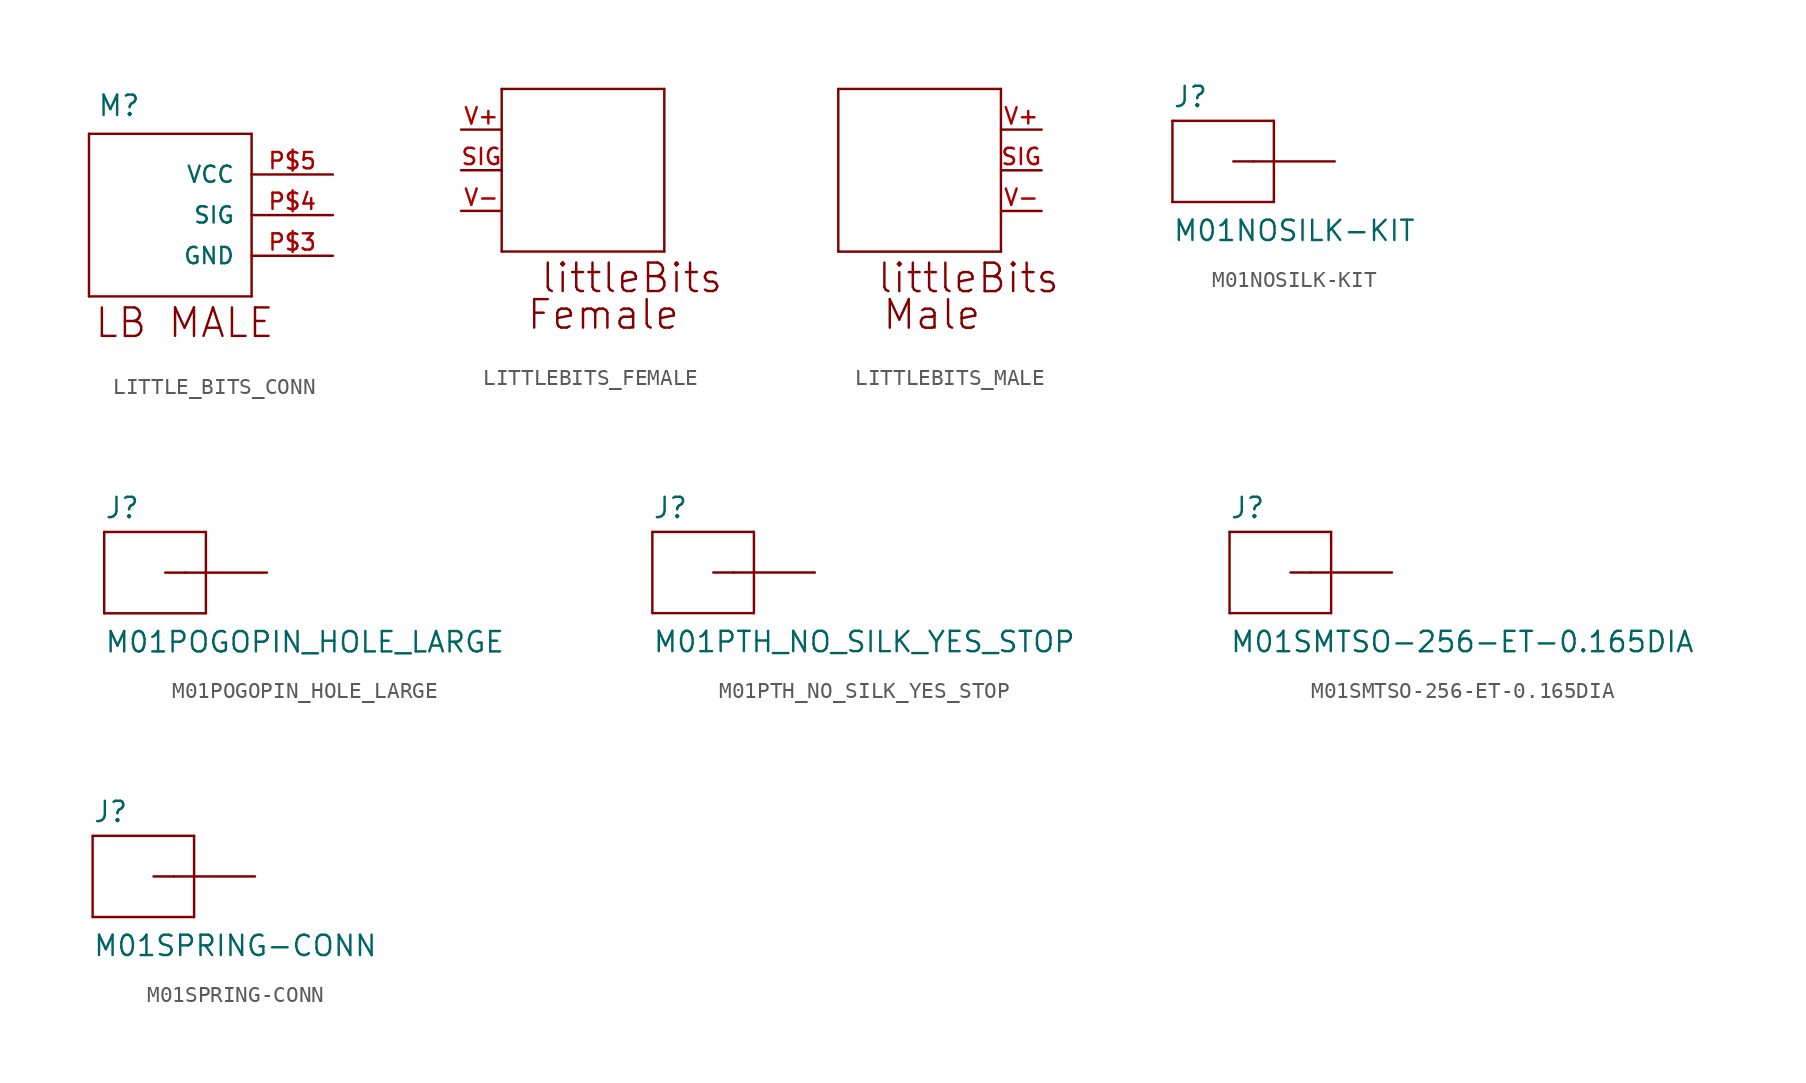
<source format=kicad_sym>
(kicad_symbol_lib
  (version 20211014)
  (generator kicad_symbol_editor)
  (symbol "LITTLE_BITS_CONN"
    (pin_names
      (offset 1.016))
    (property "Reference" "M"
      (at -2.032 6.096 0)
      (effects (font (size 1.27 1.27)) (justify left bottom)))
    (property "Datasheet" ""
      (at 0 0 0)
      (effects (font (size 1.524 1.524))))
    (property "ki_locked" ""
      (at 0 0 0)
      (effects (font (size 1.27 1.27))))
    (symbol "LITTLE_BITS_CONN_1_0"
      (polyline (pts (xy -2.54 -5.08) (xy 7.62 -5.08)) (stroke (width 0) (type default) (color 0 0 0 0)) (fill (type none)))
      (polyline (pts (xy -2.54 5.08) (xy -2.54 -5.08)) (stroke (width 0) (type default) (color 0 0 0 0)) (fill (type none)))
      (polyline (pts (xy 7.62 -5.08) (xy 7.62 5.08)) (stroke (width 0) (type default) (color 0 0 0 0)) (fill (type none)))
      (polyline (pts (xy 7.62 5.08) (xy -2.54 5.08)) (stroke (width 0) (type default) (color 0 0 0 0)) (fill (type none)))
      (text "LB MALE" (at 3.429 -6.731 0) (effects (font (size 1.778 1.778)))))
    (symbol "LITTLE_BITS_CONN_1_1"
      (pin bidirectional line (at 12.7 -2.54 180) (length 5.08) (name "GND" (effects (font (size 1.016 1.016)))) (number "P$3" (effects (font (size 1.016 1.016)))))
      (pin bidirectional line (at 12.7 0 180) (length 5.08) (name "SIG" (effects (font (size 1.016 1.016)))) (number "P$4" (effects (font (size 1.016 1.016)))))
      (pin bidirectional line (at 12.7 2.54 180) (length 5.08) (name "VCC" (effects (font (size 1.016 1.016)))) (number "P$5" (effects (font (size 1.016 1.016)))))))
  (symbol "LITTLEBITS_FEMALE"
    (pin_names
      (offset 1.016) hide)
    (property "Reference" "J"
      (at 0 0 0)
      (effects (font (size 1.27 1.27)) hide))
    (property "Datasheet" ""
      (at 0 0 0)
      (effects (font (size 1.524 1.524))))
    (property "ki_locked" ""
      (at 0 0 0)
      (effects (font (size 1.27 1.27))))
    (symbol "LITTLEBITS_FEMALE_1_0"
      (polyline (pts (xy -5.08 -5.08) (xy 5.08 -5.08)) (stroke (width 0) (type default) (color 0 0 0 0)) (fill (type none)))
      (polyline (pts (xy -5.08 5.08) (xy -5.08 -5.08)) (stroke (width 0) (type default) (color 0 0 0 0)) (fill (type none)))
      (polyline (pts (xy 5.08 -5.08) (xy 5.08 5.08)) (stroke (width 0) (type default) (color 0 0 0 0)) (fill (type none)))
      (polyline (pts (xy 5.08 5.08) (xy -5.08 5.08)) (stroke (width 0) (type default) (color 0 0 0 0)) (fill (type none)))
      (text "Female" (at 1.27 -9.017 0) (effects (font (size 1.778 1.778))))
      (text "littleBits" (at 3.048 -6.731 0) (effects (font (size 1.778 1.778)))))
    (symbol "LITTLEBITS_FEMALE_1_1"
      (pin bidirectional line (at -7.62 0 0) (length 2.54) (name "SIG" (effects (font (size 1.016 1.016)))) (number "SIG" (effects (font (size 1.016 1.016)))))
      (pin bidirectional line (at -7.62 2.54 0) (length 2.54) (name "VCC" (effects (font (size 1.016 1.016)))) (number "V+" (effects (font (size 1.016 1.016)))))
      (pin bidirectional line (at -7.62 -2.54 0) (length 2.54) (name "GND" (effects (font (size 1.016 1.016)))) (number "V-" (effects (font (size 1.016 1.016)))))))
  (symbol "LITTLEBITS_MALE"
    (pin_names
      (offset 1.016) hide)
    (property "Reference" "M"
      (at 0 0 0)
      (effects (font (size 1.27 1.27)) hide))
    (property "Datasheet" ""
      (at 0 0 0)
      (effects (font (size 1.524 1.524))))
    (property "ki_locked" ""
      (at 0 0 0)
      (effects (font (size 1.27 1.27))))
    (symbol "LITTLEBITS_MALE_1_0"
      (polyline (pts (xy -5.08 -5.08) (xy 5.08 -5.08)) (stroke (width 0) (type default) (color 0 0 0 0)) (fill (type none)))
      (polyline (pts (xy -5.08 5.08) (xy -5.08 -5.08)) (stroke (width 0) (type default) (color 0 0 0 0)) (fill (type none)))
      (polyline (pts (xy 5.08 -5.08) (xy 5.08 5.08)) (stroke (width 0) (type default) (color 0 0 0 0)) (fill (type none)))
      (polyline (pts (xy 5.08 5.08) (xy -5.08 5.08)) (stroke (width 0) (type default) (color 0 0 0 0)) (fill (type none)))
      (text "littleBits" (at 3.048 -6.731 0) (effects (font (size 1.778 1.778))))
      (text "Male" (at 0.762 -9.017 0) (effects (font (size 1.778 1.778)))))
    (symbol "LITTLEBITS_MALE_1_1"
      (pin bidirectional line (at 7.62 0 180) (length 2.54) (name "SIG" (effects (font (size 1.016 1.016)))) (number "SIG" (effects (font (size 1.016 1.016)))))
      (pin bidirectional line (at 7.62 2.54 180) (length 2.54) (name "VCC" (effects (font (size 1.016 1.016)))) (number "V+" (effects (font (size 1.016 1.016)))))
      (pin bidirectional line (at 7.62 -2.54 180) (length 2.54) (name "GND" (effects (font (size 1.016 1.016)))) (number "V-" (effects (font (size 1.016 1.016)))))))
  (symbol "M01NOSILK-KIT"
    (pin_numbers hide)
    (pin_names
      (offset 1.016) hide)
    (property "Reference" "J"
      (at -2.54 3.302 0)
      (effects (font (size 1.27 1.27)) (justify left bottom)))
    (property "Value" "M01NOSILK-KIT"
      (at -2.54 -5.08 0)
      (effects (font (size 1.27 1.27)) (justify left bottom)))
    (property "Datasheet" ""
      (at 0 0 0)
      (effects (font (size 1.524 1.524))))
    (property "ki_locked" ""
      (at 0 0 0)
      (effects (font (size 1.27 1.27))))
    (symbol "M01NOSILK-KIT_1_0"
      (polyline (pts (xy -2.54 2.54) (xy -2.54 -2.54)) (stroke (width 0) (type default) (color 0 0 0 0)) (fill (type none)))
      (polyline (pts (xy -2.54 2.54) (xy 3.81 2.54)) (stroke (width 0) (type default) (color 0 0 0 0)) (fill (type none)))
      (polyline (pts (xy 1.27 0) (xy 2.54 0)) (stroke (width 0) (type default) (color 0 0 0 0)) (fill (type none)))
      (polyline (pts (xy 3.81 -2.54) (xy -2.54 -2.54)) (stroke (width 0) (type default) (color 0 0 0 0)) (fill (type none)))
      (polyline (pts (xy 3.81 -2.54) (xy 3.81 2.54)) (stroke (width 0) (type default) (color 0 0 0 0)) (fill (type none))))
    (symbol "M01NOSILK-KIT_1_1"
      (pin passive line (at 7.62 0 180) (length 5.08) (name "1" (effects (font (size 1.016 1.016)))) (number "1" (effects (font (size 1.016 1.016)))))))
  (symbol "M01POGOPIN_HOLE_LARGE"
    (pin_numbers hide)
    (pin_names
      (offset 1.016) hide)
    (property "Reference" "J"
      (at -2.54 3.302 0)
      (effects (font (size 1.27 1.27)) (justify left bottom)))
    (property "Value" "M01POGOPIN_HOLE_LARGE"
      (at -2.54 -5.08 0)
      (effects (font (size 1.27 1.27)) (justify left bottom)))
    (property "Datasheet" ""
      (at 0 0 0)
      (effects (font (size 1.524 1.524))))
    (property "ki_locked" ""
      (at 0 0 0)
      (effects (font (size 1.27 1.27))))
    (symbol "M01POGOPIN_HOLE_LARGE_1_0"
      (polyline (pts (xy -2.54 2.54) (xy -2.54 -2.54)) (stroke (width 0) (type default) (color 0 0 0 0)) (fill (type none)))
      (polyline (pts (xy -2.54 2.54) (xy 3.81 2.54)) (stroke (width 0) (type default) (color 0 0 0 0)) (fill (type none)))
      (polyline (pts (xy 1.27 0) (xy 2.54 0)) (stroke (width 0) (type default) (color 0 0 0 0)) (fill (type none)))
      (polyline (pts (xy 3.81 -2.54) (xy -2.54 -2.54)) (stroke (width 0) (type default) (color 0 0 0 0)) (fill (type none)))
      (polyline (pts (xy 3.81 -2.54) (xy 3.81 2.54)) (stroke (width 0) (type default) (color 0 0 0 0)) (fill (type none))))
    (symbol "M01POGOPIN_HOLE_LARGE_1_1"
      (pin passive line (at 7.62 0 180) (length 5.08) (name "1" (effects (font (size 1.016 1.016)))) (number "1" (effects (font (size 1.016 1.016)))))))
  (symbol "M01PTH_NO_SILK_YES_STOP"
    (pin_numbers hide)
    (pin_names
      (offset 1.016) hide)
    (property "Reference" "J"
      (at -2.54 3.302 0)
      (effects (font (size 1.27 1.27)) (justify left bottom)))
    (property "Value" "M01PTH_NO_SILK_YES_STOP"
      (at -2.54 -5.08 0)
      (effects (font (size 1.27 1.27)) (justify left bottom)))
    (property "Datasheet" ""
      (at 0 0 0)
      (effects (font (size 1.524 1.524))))
    (property "ki_locked" ""
      (at 0 0 0)
      (effects (font (size 1.27 1.27))))
    (symbol "M01PTH_NO_SILK_YES_STOP_1_0"
      (polyline (pts (xy -2.54 2.54) (xy -2.54 -2.54)) (stroke (width 0) (type default) (color 0 0 0 0)) (fill (type none)))
      (polyline (pts (xy -2.54 2.54) (xy 3.81 2.54)) (stroke (width 0) (type default) (color 0 0 0 0)) (fill (type none)))
      (polyline (pts (xy 1.27 0) (xy 2.54 0)) (stroke (width 0) (type default) (color 0 0 0 0)) (fill (type none)))
      (polyline (pts (xy 3.81 -2.54) (xy -2.54 -2.54)) (stroke (width 0) (type default) (color 0 0 0 0)) (fill (type none)))
      (polyline (pts (xy 3.81 -2.54) (xy 3.81 2.54)) (stroke (width 0) (type default) (color 0 0 0 0)) (fill (type none))))
    (symbol "M01PTH_NO_SILK_YES_STOP_1_1"
      (pin passive line (at 7.62 0 180) (length 5.08) (name "1" (effects (font (size 1.016 1.016)))) (number "1" (effects (font (size 1.016 1.016)))))))
  (symbol "M01SMTSO-256-ET-0.165DIA"
    (pin_numbers hide)
    (pin_names
      (offset 1.016) hide)
    (property "Reference" "J"
      (at -2.54 3.302 0)
      (effects (font (size 1.27 1.27)) (justify left bottom)))
    (property "Value" "M01SMTSO-256-ET-0.165DIA"
      (at -2.54 -5.08 0)
      (effects (font (size 1.27 1.27)) (justify left bottom)))
    (property "Datasheet" ""
      (at 0 0 0)
      (effects (font (size 1.524 1.524))))
    (property "ki_locked" ""
      (at 0 0 0)
      (effects (font (size 1.27 1.27))))
    (symbol "M01SMTSO-256-ET-0.165DIA_1_0"
      (polyline (pts (xy -2.54 2.54) (xy -2.54 -2.54)) (stroke (width 0) (type default) (color 0 0 0 0)) (fill (type none)))
      (polyline (pts (xy -2.54 2.54) (xy 3.81 2.54)) (stroke (width 0) (type default) (color 0 0 0 0)) (fill (type none)))
      (polyline (pts (xy 1.27 0) (xy 2.54 0)) (stroke (width 0) (type default) (color 0 0 0 0)) (fill (type none)))
      (polyline (pts (xy 3.81 -2.54) (xy -2.54 -2.54)) (stroke (width 0) (type default) (color 0 0 0 0)) (fill (type none)))
      (polyline (pts (xy 3.81 -2.54) (xy 3.81 2.54)) (stroke (width 0) (type default) (color 0 0 0 0)) (fill (type none))))
    (symbol "M01SMTSO-256-ET-0.165DIA_1_1"
      (pin passive line (at 7.62 0 180) (length 5.08) (name "1" (effects (font (size 1.016 1.016)))) (number "P$1" (effects (font (size 1.016 1.016)))))))
  (symbol "M01SPRING-CONN"
    (pin_numbers hide)
    (pin_names
      (offset 1.016) hide)
    (property "Reference" "J"
      (at -2.54 3.302 0)
      (effects (font (size 1.27 1.27)) (justify left bottom)))
    (property "Value" "M01SPRING-CONN"
      (at -2.54 -5.08 0)
      (effects (font (size 1.27 1.27)) (justify left bottom)))
    (property "Datasheet" ""
      (at 0 0 0)
      (effects (font (size 1.524 1.524))))
    (property "ki_locked" ""
      (at 0 0 0)
      (effects (font (size 1.27 1.27))))
    (symbol "M01SPRING-CONN_1_0"
      (polyline (pts (xy -2.54 2.54) (xy -2.54 -2.54)) (stroke (width 0) (type default) (color 0 0 0 0)) (fill (type none)))
      (polyline (pts (xy -2.54 2.54) (xy 3.81 2.54)) (stroke (width 0) (type default) (color 0 0 0 0)) (fill (type none)))
      (polyline (pts (xy 1.27 0) (xy 2.54 0)) (stroke (width 0) (type default) (color 0 0 0 0)) (fill (type none)))
      (polyline (pts (xy 3.81 -2.54) (xy -2.54 -2.54)) (stroke (width 0) (type default) (color 0 0 0 0)) (fill (type none)))
      (polyline (pts (xy 3.81 -2.54) (xy 3.81 2.54)) (stroke (width 0) (type default) (color 0 0 0 0)) (fill (type none))))
    (symbol "M01SPRING-CONN_1_1"
      (pin passive line (at 7.62 0 180) (length 5.08) (name "1" (effects (font (size 1.016 1.016)))) (number "P$2" (effects (font (size 1.016 1.016))))))))
</source>
